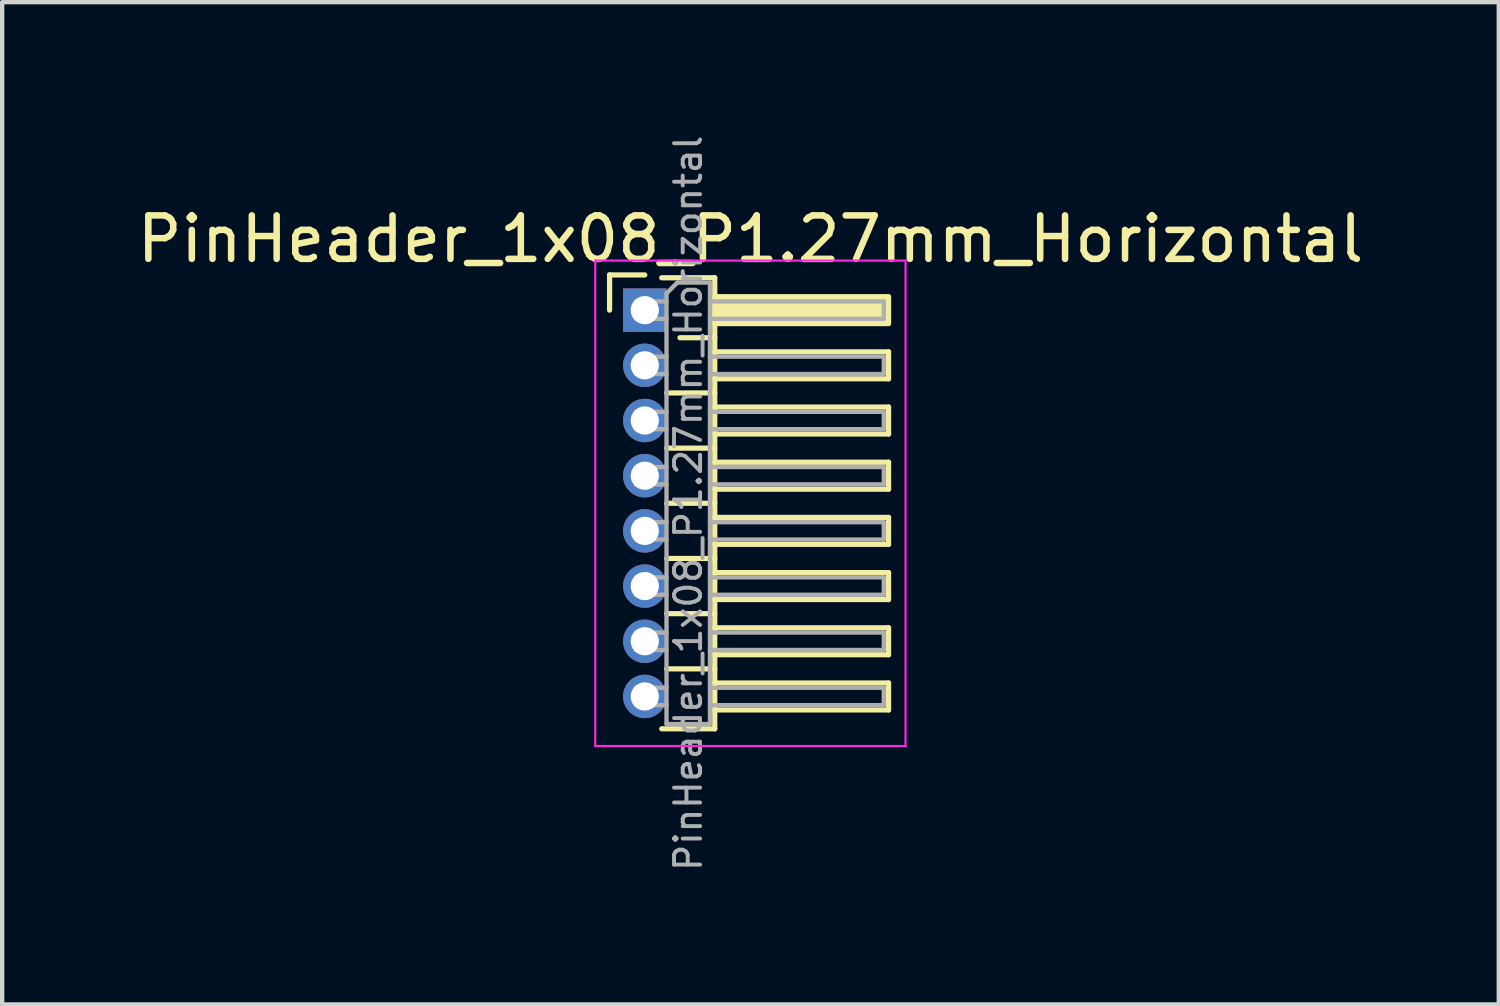
<source format=kicad_pcb>
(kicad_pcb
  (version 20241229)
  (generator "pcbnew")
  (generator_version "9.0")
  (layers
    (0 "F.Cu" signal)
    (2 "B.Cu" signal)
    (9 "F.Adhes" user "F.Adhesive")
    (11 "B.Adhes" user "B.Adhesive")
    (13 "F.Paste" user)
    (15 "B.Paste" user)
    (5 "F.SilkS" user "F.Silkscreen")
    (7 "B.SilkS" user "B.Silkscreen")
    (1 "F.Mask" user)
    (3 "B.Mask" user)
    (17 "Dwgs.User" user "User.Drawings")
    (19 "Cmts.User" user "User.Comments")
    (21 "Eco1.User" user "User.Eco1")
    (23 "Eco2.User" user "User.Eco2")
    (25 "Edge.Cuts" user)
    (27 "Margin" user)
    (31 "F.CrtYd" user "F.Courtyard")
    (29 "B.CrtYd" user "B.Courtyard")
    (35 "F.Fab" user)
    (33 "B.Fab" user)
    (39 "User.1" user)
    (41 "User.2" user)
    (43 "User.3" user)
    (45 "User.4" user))
  (footprint "PinHeader_1x08_P1.27mm_Horizontal"
    (layer "F.Cu")
    (at 11.788 4.087)
    (property "Reference" "PinHeader_1x08_P1.27mm_Horizontal" (at 2.433 -1.635 0) (layer "F.SilkS") (effects (font (size 1 1) (thickness 0.15))))
    (attr through_hole)
    (fp_line (start -0.81 -0.81) (end 0 -0.81) (stroke (width 0.12) (type solid)) (layer "F.SilkS"))
    (fp_line (start -0.81 0) (end -0.81 -0.81) (stroke (width 0.12) (type solid)) (layer "F.SilkS"))
    (fp_line (start 0.39 -0.745) (end 1.61 -0.745) (stroke (width 0.12) (type solid)) (layer "F.SilkS"))
    (fp_line (start 0.503 1.905) (end 1.61 1.905) (stroke (width 0.12) (type solid)) (layer "F.SilkS"))
    (fp_line (start 0.503 3.175) (end 1.61 3.175) (stroke (width 0.12) (type solid)) (layer "F.SilkS"))
    (fp_line (start 0.503 4.445) (end 1.61 4.445) (stroke (width 0.12) (type solid)) (layer "F.SilkS"))
    (fp_line (start 0.503 5.715) (end 1.61 5.715) (stroke (width 0.12) (type solid)) (layer "F.SilkS"))
    (fp_line (start 0.503 6.985) (end 1.61 6.985) (stroke (width 0.12) (type solid)) (layer "F.SilkS"))
    (fp_line (start 0.503 8.255) (end 1.61 8.255) (stroke (width 0.12) (type solid)) (layer "F.SilkS"))
    (fp_line (start 0.81 0.635) (end 1.61 0.635) (stroke (width 0.12) (type solid)) (layer "F.SilkS"))
    (fp_line (start 1.61 -0.745) (end 1.61 9.635) (stroke (width 0.12) (type solid)) (layer "F.SilkS"))
    (fp_line (start 1.61 0.96) (end 5.61 0.96) (stroke (width 0.12) (type solid)) (layer "F.SilkS"))
    (fp_line (start 1.61 2.23) (end 5.61 2.23) (stroke (width 0.12) (type solid)) (layer "F.SilkS"))
    (fp_line (start 1.61 3.5) (end 5.61 3.5) (stroke (width 0.12) (type solid)) (layer "F.SilkS"))
    (fp_line (start 1.61 4.77) (end 5.61 4.77) (stroke (width 0.12) (type solid)) (layer "F.SilkS"))
    (fp_line (start 1.61 6.04) (end 5.61 6.04) (stroke (width 0.12) (type solid)) (layer "F.SilkS"))
    (fp_line (start 1.61 7.31) (end 5.61 7.31) (stroke (width 0.12) (type solid)) (layer "F.SilkS"))
    (fp_line (start 1.61 8.58) (end 5.61 8.58) (stroke (width 0.12) (type solid)) (layer "F.SilkS"))
    (fp_line (start 1.61 9.635) (end 0.39 9.635) (stroke (width 0.12) (type solid)) (layer "F.SilkS"))
    (fp_line (start 5.61 0.96) (end 5.61 1.58) (stroke (width 0.12) (type solid)) (layer "F.SilkS"))
    (fp_line (start 5.61 1.58) (end 1.61 1.58) (stroke (width 0.12) (type solid)) (layer "F.SilkS"))
    (fp_line (start 5.61 2.23) (end 5.61 2.85) (stroke (width 0.12) (type solid)) (layer "F.SilkS"))
    (fp_line (start 5.61 2.85) (end 1.61 2.85) (stroke (width 0.12) (type solid)) (layer "F.SilkS"))
    (fp_line (start 5.61 3.5) (end 5.61 4.12) (stroke (width 0.12) (type solid)) (layer "F.SilkS"))
    (fp_line (start 5.61 4.12) (end 1.61 4.12) (stroke (width 0.12) (type solid)) (layer "F.SilkS"))
    (fp_line (start 5.61 4.77) (end 5.61 5.39) (stroke (width 0.12) (type solid)) (layer "F.SilkS"))
    (fp_line (start 5.61 5.39) (end 1.61 5.39) (stroke (width 0.12) (type solid)) (layer "F.SilkS"))
    (fp_line (start 5.61 6.04) (end 5.61 6.66) (stroke (width 0.12) (type solid)) (layer "F.SilkS"))
    (fp_line (start 5.61 6.66) (end 1.61 6.66) (stroke (width 0.12) (type solid)) (layer "F.SilkS"))
    (fp_line (start 5.61 7.31) (end 5.61 7.93) (stroke (width 0.12) (type solid)) (layer "F.SilkS"))
    (fp_line (start 5.61 7.93) (end 1.61 7.93) (stroke (width 0.12) (type solid)) (layer "F.SilkS"))
    (fp_line (start 5.61 8.58) (end 5.61 9.2) (stroke (width 0.12) (type solid)) (layer "F.SilkS"))
    (fp_line (start 5.61 9.2) (end 1.61 9.2) (stroke (width 0.12) (type solid)) (layer "F.SilkS"))
    (fp_rect (start 1.61 -0.31) (end 5.61 0.31) (stroke (width 0.12) (type solid)) (fill yes) (layer "F.SilkS"))
    (fp_line (start -1.14 -1.14) (end -1.14 10.03) (stroke (width 0.05) (type solid)) (layer "F.CrtYd"))
    (fp_line (start -1.14 10.03) (end 6 10.03) (stroke (width 0.05) (type solid)) (layer "F.CrtYd"))
    (fp_line (start 6 -1.14) (end -1.14 -1.14) (stroke (width 0.05) (type solid)) (layer "F.CrtYd"))
    (fp_line (start 6 10.03) (end 6 -1.14) (stroke (width 0.05) (type solid)) (layer "F.CrtYd"))
    (fp_line (start -0.2 -0.2) (end -0.2 0.2) (stroke (width 0.1) (type solid)) (layer "F.Fab"))
    (fp_line (start -0.2 -0.2) (end 0.5 -0.2) (stroke (width 0.1) (type solid)) (layer "F.Fab"))
    (fp_line (start -0.2 0.2) (end 0.5 0.2) (stroke (width 0.1) (type solid)) (layer "F.Fab"))
    (fp_line (start -0.2 1.07) (end -0.2 1.47) (stroke (width 0.1) (type solid)) (layer "F.Fab"))
    (fp_line (start -0.2 1.07) (end 0.5 1.07) (stroke (width 0.1) (type solid)) (layer "F.Fab"))
    (fp_line (start -0.2 1.47) (end 0.5 1.47) (stroke (width 0.1) (type solid)) (layer "F.Fab"))
    (fp_line (start -0.2 2.34) (end -0.2 2.74) (stroke (width 0.1) (type solid)) (layer "F.Fab"))
    (fp_line (start -0.2 2.34) (end 0.5 2.34) (stroke (width 0.1) (type solid)) (layer "F.Fab"))
    (fp_line (start -0.2 2.74) (end 0.5 2.74) (stroke (width 0.1) (type solid)) (layer "F.Fab"))
    (fp_line (start -0.2 3.61) (end -0.2 4.01) (stroke (width 0.1) (type solid)) (layer "F.Fab"))
    (fp_line (start -0.2 3.61) (end 0.5 3.61) (stroke (width 0.1) (type solid)) (layer "F.Fab"))
    (fp_line (start -0.2 4.01) (end 0.5 4.01) (stroke (width 0.1) (type solid)) (layer "F.Fab"))
    (fp_line (start -0.2 4.88) (end -0.2 5.28) (stroke (width 0.1) (type solid)) (layer "F.Fab"))
    (fp_line (start -0.2 4.88) (end 0.5 4.88) (stroke (width 0.1) (type solid)) (layer "F.Fab"))
    (fp_line (start -0.2 5.28) (end 0.5 5.28) (stroke (width 0.1) (type solid)) (layer "F.Fab"))
    (fp_line (start -0.2 6.15) (end -0.2 6.55) (stroke (width 0.1) (type solid)) (layer "F.Fab"))
    (fp_line (start -0.2 6.15) (end 0.5 6.15) (stroke (width 0.1) (type solid)) (layer "F.Fab"))
    (fp_line (start -0.2 6.55) (end 0.5 6.55) (stroke (width 0.1) (type solid)) (layer "F.Fab"))
    (fp_line (start -0.2 7.42) (end -0.2 7.82) (stroke (width 0.1) (type solid)) (layer "F.Fab"))
    (fp_line (start -0.2 7.42) (end 0.5 7.42) (stroke (width 0.1) (type solid)) (layer "F.Fab"))
    (fp_line (start -0.2 7.82) (end 0.5 7.82) (stroke (width 0.1) (type solid)) (layer "F.Fab"))
    (fp_line (start -0.2 8.69) (end -0.2 9.09) (stroke (width 0.1) (type solid)) (layer "F.Fab"))
    (fp_line (start -0.2 8.69) (end 0.5 8.69) (stroke (width 0.1) (type solid)) (layer "F.Fab"))
    (fp_line (start -0.2 9.09) (end 0.5 9.09) (stroke (width 0.1) (type solid)) (layer "F.Fab"))
    (fp_line (start 0.5 -0.385) (end 0.75 -0.635) (stroke (width 0.1) (type solid)) (layer "F.Fab"))
    (fp_line (start 0.5 9.525) (end 0.5 -0.385) (stroke (width 0.1) (type solid)) (layer "F.Fab"))
    (fp_line (start 0.75 -0.635) (end 1.5 -0.635) (stroke (width 0.1) (type solid)) (layer "F.Fab"))
    (fp_line (start 1.5 -0.635) (end 1.5 9.525) (stroke (width 0.1) (type solid)) (layer "F.Fab"))
    (fp_line (start 1.5 -0.2) (end 5.5 -0.2) (stroke (width 0.1) (type solid)) (layer "F.Fab"))
    (fp_line (start 1.5 0.2) (end 5.5 0.2) (stroke (width 0.1) (type solid)) (layer "F.Fab"))
    (fp_line (start 1.5 1.07) (end 5.5 1.07) (stroke (width 0.1) (type solid)) (layer "F.Fab"))
    (fp_line (start 1.5 1.47) (end 5.5 1.47) (stroke (width 0.1) (type solid)) (layer "F.Fab"))
    (fp_line (start 1.5 2.34) (end 5.5 2.34) (stroke (width 0.1) (type solid)) (layer "F.Fab"))
    (fp_line (start 1.5 2.74) (end 5.5 2.74) (stroke (width 0.1) (type solid)) (layer "F.Fab"))
    (fp_line (start 1.5 3.61) (end 5.5 3.61) (stroke (width 0.1) (type solid)) (layer "F.Fab"))
    (fp_line (start 1.5 4.01) (end 5.5 4.01) (stroke (width 0.1) (type solid)) (layer "F.Fab"))
    (fp_line (start 1.5 4.88) (end 5.5 4.88) (stroke (width 0.1) (type solid)) (layer "F.Fab"))
    (fp_line (start 1.5 5.28) (end 5.5 5.28) (stroke (width 0.1) (type solid)) (layer "F.Fab"))
    (fp_line (start 1.5 6.15) (end 5.5 6.15) (stroke (width 0.1) (type solid)) (layer "F.Fab"))
    (fp_line (start 1.5 6.55) (end 5.5 6.55) (stroke (width 0.1) (type solid)) (layer "F.Fab"))
    (fp_line (start 1.5 7.42) (end 5.5 7.42) (stroke (width 0.1) (type solid)) (layer "F.Fab"))
    (fp_line (start 1.5 7.82) (end 5.5 7.82) (stroke (width 0.1) (type solid)) (layer "F.Fab"))
    (fp_line (start 1.5 8.69) (end 5.5 8.69) (stroke (width 0.1) (type solid)) (layer "F.Fab"))
    (fp_line (start 1.5 9.09) (end 5.5 9.09) (stroke (width 0.1) (type solid)) (layer "F.Fab"))
    (fp_line (start 1.5 9.525) (end 0.5 9.525) (stroke (width 0.1) (type solid)) (layer "F.Fab"))
    (fp_line (start 5.5 -0.2) (end 5.5 0.2) (stroke (width 0.1) (type solid)) (layer "F.Fab"))
    (fp_line (start 5.5 1.07) (end 5.5 1.47) (stroke (width 0.1) (type solid)) (layer "F.Fab"))
    (fp_line (start 5.5 2.34) (end 5.5 2.74) (stroke (width 0.1) (type solid)) (layer "F.Fab"))
    (fp_line (start 5.5 3.61) (end 5.5 4.01) (stroke (width 0.1) (type solid)) (layer "F.Fab"))
    (fp_line (start 5.5 4.88) (end 5.5 5.28) (stroke (width 0.1) (type solid)) (layer "F.Fab"))
    (fp_line (start 5.5 6.15) (end 5.5 6.55) (stroke (width 0.1) (type solid)) (layer "F.Fab"))
    (fp_line (start 5.5 7.42) (end 5.5 7.82) (stroke (width 0.1) (type solid)) (layer "F.Fab"))
    (fp_line (start 5.5 8.69) (end 5.5 9.09) (stroke (width 0.1) (type solid)) (layer "F.Fab"))
    (fp_text user "${REFERENCE}" (at 1 4.445 90) (layer "F.Fab") (effects (font (size 0.6 0.6) (thickness 0.09))))
    (pad "1" thru_hole rect (at 0 0) (size 1 1) (drill 0.65) (layers "*.Cu" "*.Mask"))
    (pad "2" thru_hole circle (at 0 1.27) (size 1 1) (drill 0.65) (layers "*.Cu" "*.Mask"))
    (pad "3" thru_hole circle (at 0 2.54) (size 1 1) (drill 0.65) (layers "*.Cu" "*.Mask"))
    (pad "4" thru_hole circle (at 0 3.81) (size 1 1) (drill 0.65) (layers "*.Cu" "*.Mask"))
    (pad "5" thru_hole circle (at 0 5.08) (size 1 1) (drill 0.65) (layers "*.Cu" "*.Mask"))
    (pad "6" thru_hole circle (at 0 6.35) (size 1 1) (drill 0.65) (layers "*.Cu" "*.Mask"))
    (pad "7" thru_hole circle (at 0 7.62) (size 1 1) (drill 0.65) (layers "*.Cu" "*.Mask"))
    (pad "8" thru_hole circle (at 0 8.89) (size 1 1) (drill 0.65) (layers "*.Cu" "*.Mask")))
  (gr_rect
    (start -3 -3)
    (end 31.44 20.064)
    (stroke (width 0.1) (type default))
    (fill no)
    (layer "Edge.Cuts")))
</source>
